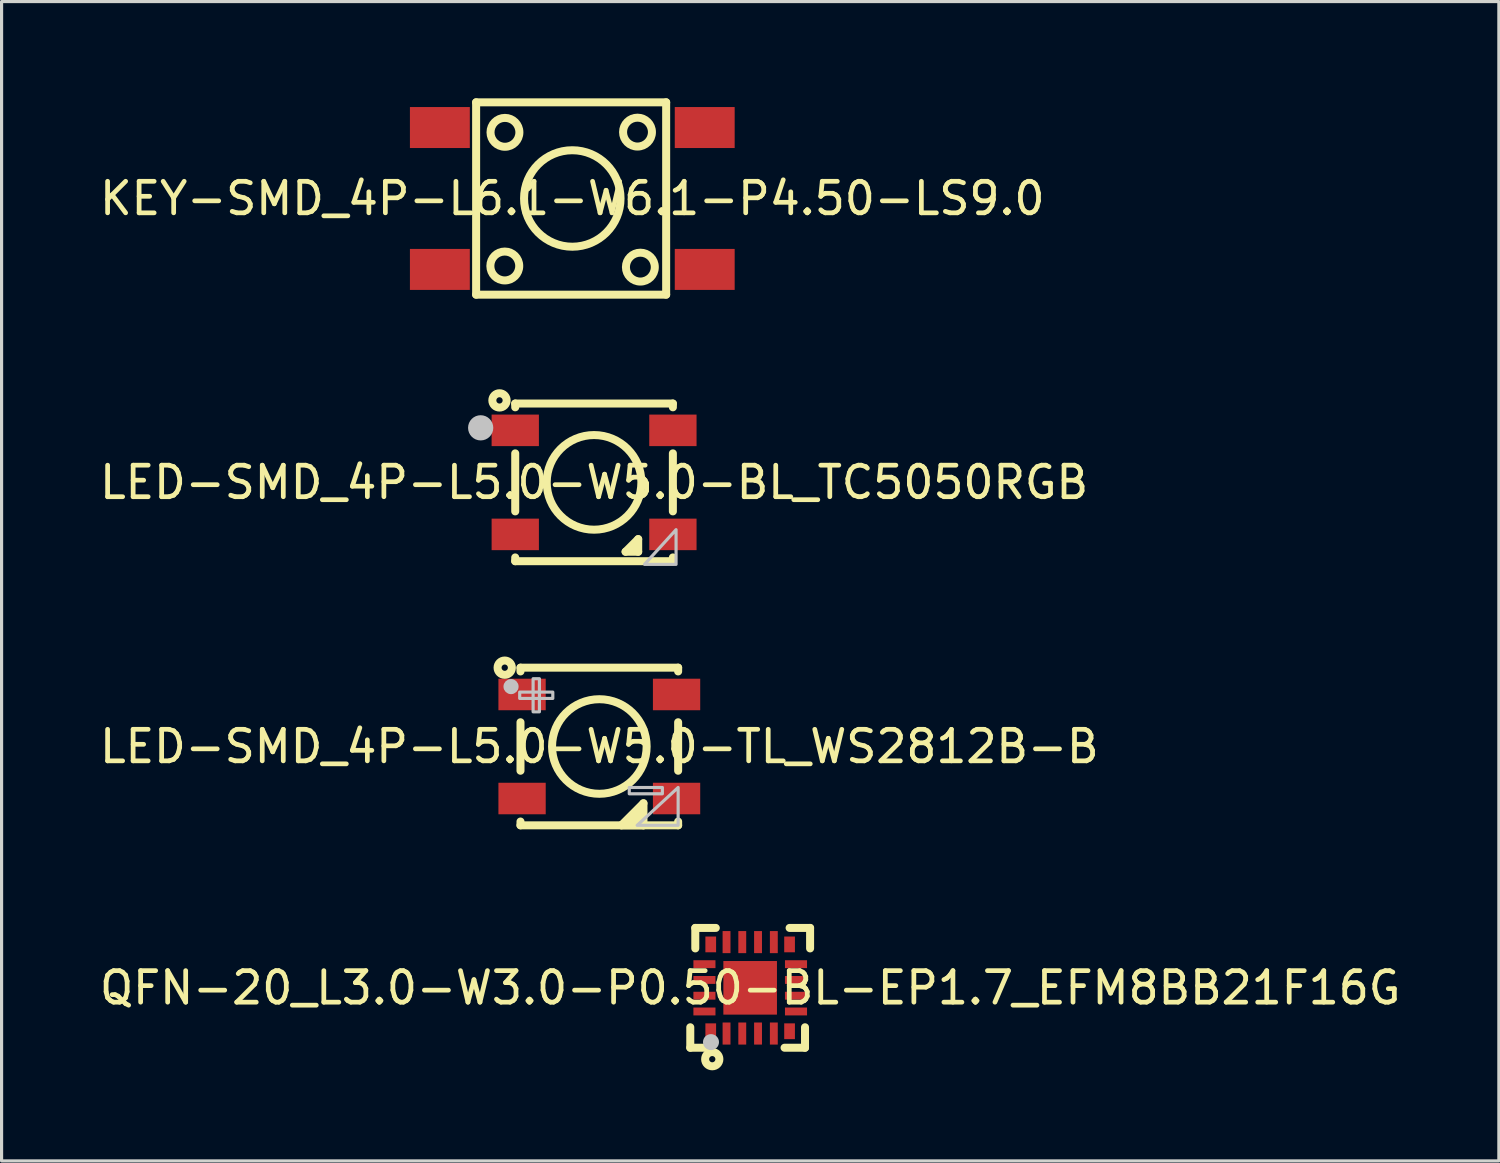
<source format=kicad_pcb>
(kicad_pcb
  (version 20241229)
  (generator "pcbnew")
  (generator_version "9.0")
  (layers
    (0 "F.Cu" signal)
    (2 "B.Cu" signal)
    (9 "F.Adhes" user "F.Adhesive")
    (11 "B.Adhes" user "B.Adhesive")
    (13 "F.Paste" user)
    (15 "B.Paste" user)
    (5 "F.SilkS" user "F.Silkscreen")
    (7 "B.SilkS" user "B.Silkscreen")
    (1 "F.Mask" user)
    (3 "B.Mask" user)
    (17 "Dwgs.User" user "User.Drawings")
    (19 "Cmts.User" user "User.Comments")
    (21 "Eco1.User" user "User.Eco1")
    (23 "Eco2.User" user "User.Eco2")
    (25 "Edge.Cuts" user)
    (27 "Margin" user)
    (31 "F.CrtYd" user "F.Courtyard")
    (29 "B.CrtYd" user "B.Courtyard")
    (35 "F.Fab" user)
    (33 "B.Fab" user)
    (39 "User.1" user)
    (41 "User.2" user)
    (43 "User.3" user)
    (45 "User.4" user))
  (footprint "LED-SMD_4P-L5.0-W5.0-BL_TC5050RGB"
    (layer "F.Cu")
    (at 15.792 12.249)
    (property "Reference" "LED-SMD_4P-L5.0-W5.0-BL_TC5050RGB" (at 0 0 0) (layer "F.SilkS") (effects (font (size 1 1) (thickness 0.15))))
    (fp_line (start -2.501 -2.5) (end -2.501 -2.381) (stroke (width 0.254) (type default)) (layer "F.SilkS"))
    (fp_line (start -2.501 -2.5) (end 2.499 -2.5) (stroke (width 0.254) (type default)) (layer "F.SilkS"))
    (fp_line (start -2.501 -0.92) (end -2.501 0.92) (stroke (width 0.254) (type default)) (layer "F.SilkS"))
    (fp_line (start -2.501 2.381) (end -2.501 2.5) (stroke (width 0.254) (type default)) (layer "F.SilkS"))
    (fp_line (start -2.501 2.5) (end 2.499 2.5) (stroke (width 0.254) (type default)) (layer "F.SilkS"))
    (fp_line (start 0.999 2.2) (end 1.399 1.8) (stroke (width 0.254) (type default)) (layer "F.SilkS"))
    (fp_line (start 1.399 1.8) (end 1.399 2.2) (stroke (width 0.254) (type default)) (layer "F.SilkS"))
    (fp_line (start 1.399 2.2) (end 0.999 2.2) (stroke (width 0.254) (type default)) (layer "F.SilkS"))
    (fp_line (start 2.499 -2.5) (end 2.499 -2.381) (stroke (width 0.254) (type default)) (layer "F.SilkS"))
    (fp_line (start 2.499 -0.92) (end 2.499 0.92) (stroke (width 0.254) (type default)) (layer "F.SilkS"))
    (fp_line (start 2.499 2.381) (end 2.499 2.5) (stroke (width 0.254) (type default)) (layer "F.SilkS"))
    (fp_circle (center -3 -2.6) (end -2.9 -2.6) (stroke (width 0.254) (type default)) (fill no) (layer "F.SilkS"))
    (fp_circle (center -0.001 0) (end 1.5 0) (stroke (width 0.254) (type default)) (fill no) (layer "F.SilkS"))
    (fp_circle (center -3.597 -1.73) (end -3.397 -1.73) (stroke (width 0.4) (type default)) (fill no) (layer "Dwgs.User"))
    (fp_poly (pts (xy 2.6 1.5) (xy 2.6 2.6) (xy 1.6 2.6)) (stroke (width 0.1) (type default)) (fill no) (layer "Dwgs.User"))
    (fp_poly (pts (xy -1.8 -1.2) (xy -2.7 -1.2) (xy -2.7 -2.1) (xy -1.8 -2.1)) (stroke (width 0.1) (type default)) (fill no) (layer "User.1"))
    (fp_poly (pts (xy -1.8 2.1) (xy -2.7 2.1) (xy -2.7 1.2) (xy -1.8 1.2)) (stroke (width 0.1) (type default)) (fill no) (layer "User.1"))
    (fp_poly (pts (xy 2.7 -1.2) (xy 1.8 -1.2) (xy 1.8 -2.1) (xy 2.7 -2.1)) (stroke (width 0.1) (type default)) (fill no) (layer "User.1"))
    (fp_poly (pts (xy 2.7 2.1) (xy 1.8 2.1) (xy 1.8 1.2) (xy 2.7 1.2)) (stroke (width 0.1) (type default)) (fill no) (layer "User.1"))
    (fp_line (start -2.5 -2.5) (end 2.5 -2.5) (stroke (width 0.051) (type default)) (layer "User.2"))
    (fp_line (start -2.5 2.5) (end -2.5 -2.5) (stroke (width 0.051) (type default)) (layer "User.2"))
    (fp_line (start 2.5 -2.5) (end 2.5 2.5) (stroke (width 0.051) (type default)) (layer "User.2"))
    (fp_line (start 2.5 2.5) (end -2.5 2.5) (stroke (width 0.051) (type default)) (layer "User.2"))
    (fp_poly (pts (xy -2.64 -2.5) (xy -2.658 -2.542) (xy -2.7 -2.56) (xy -2.742 -2.542) (xy -2.76 -2.5) (xy -2.742 -2.458) (xy -2.7 -2.44) (xy -2.658 -2.458)) (stroke (width 0.1) (type default)) (fill no) (layer "User.3"))
    (pad "1" smd rect (at -2.5 -1.65) (size 1.5 1) (layers "F.Cu" "F.Mask" "F.Paste"))
    (pad "2" smd rect (at -2.5 1.65) (size 1.5 1) (layers "F.Cu" "F.Mask" "F.Paste"))
    (pad "3" smd rect (at 2.5 1.65) (size 1.5 1) (layers "F.Cu" "F.Mask" "F.Paste"))
    (pad "4" smd rect (at 2.5 -1.65) (size 1.5 1) (layers "F.Cu" "F.Mask" "F.Paste")))
  (footprint "KEY-SMD_4P-L6.1-W6.1-P4.50-LS9.0"
    (layer "F.Cu")
    (at 15.101 3.245)
    (property "Reference" "KEY-SMD_4P-L6.1-W6.1-P4.50-LS9.0" (at 0 0 0) (layer "F.SilkS") (effects (font (size 1 1) (thickness 0.15))))
    (fp_line (start -3.05 -3.05) (end 2.977 -3.05) (stroke (width 0.254) (type default)) (layer "F.SilkS"))
    (fp_line (start -3.05 3.05) (end -3.05 -3.05) (stroke (width 0.254) (type default)) (layer "F.SilkS"))
    (fp_line (start 2.977 -3.05) (end 2.977 3.05) (stroke (width 0.254) (type default)) (layer "F.SilkS"))
    (fp_line (start 2.977 3.05) (end -3.05 3.05) (stroke (width 0.254) (type default)) (layer "F.SilkS"))
    (fp_circle (center -2.141 2.141) (end -1.683 2.141) (stroke (width 0.254) (type default)) (fill no) (layer "F.SilkS"))
    (fp_circle (center -2.136 -2.098) (end -1.678 -2.098) (stroke (width 0.254) (type default)) (fill no) (layer "F.SilkS"))
    (fp_circle (center 0 0) (end 1.53 0) (stroke (width 0.254) (type default)) (fill no) (layer "F.SilkS"))
    (fp_circle (center 2.068 -2.105) (end 2.526 -2.105) (stroke (width 0.254) (type default)) (fill no) (layer "F.SilkS"))
    (fp_circle (center 2.159 2.177) (end 2.617 2.177) (stroke (width 0.254) (type default)) (fill no) (layer "F.SilkS"))
    (fp_poly (pts (xy -4.5 -1.9) (xy -4.5 -2.6) (xy -3.7 -2.6) (xy -3.7 -1.9)) (stroke (width 0.1) (type default)) (fill no) (layer "User.1"))
    (fp_poly (pts (xy -4.5 2.6) (xy -4.5 1.9) (xy -3.7 1.9) (xy -3.7 2.6)) (stroke (width 0.1) (type default)) (fill no) (layer "User.1"))
    (fp_poly (pts (xy -3.71 -1.9) (xy -3.71 -2.6) (xy -2.99 -2.6) (xy -2.99 -1.9)) (stroke (width 0.1) (type default)) (fill no) (layer "User.1"))
    (fp_poly (pts (xy -3.71 2.6) (xy -3.71 1.9) (xy -2.99 1.9) (xy -2.99 2.6)) (stroke (width 0.1) (type default)) (fill no) (layer "User.1"))
    (fp_poly (pts (xy 2.99 -1.9) (xy 2.99 -2.6) (xy 3.71 -2.6) (xy 3.71 -1.9)) (stroke (width 0.1) (type default)) (fill no) (layer "User.1"))
    (fp_poly (pts (xy 2.99 2.6) (xy 2.99 1.9) (xy 3.71 1.9) (xy 3.71 2.6)) (stroke (width 0.1) (type default)) (fill no) (layer "User.1"))
    (fp_poly (pts (xy 3.7 -1.9) (xy 3.7 -2.6) (xy 4.5 -2.6) (xy 4.5 -1.9)) (stroke (width 0.1) (type default)) (fill no) (layer "User.1"))
    (fp_poly (pts (xy 3.7 2.6) (xy 3.7 1.9) (xy 4.5 1.9) (xy 4.5 2.6)) (stroke (width 0.1) (type default)) (fill no) (layer "User.1"))
    (fp_line (start -3.05 -3.05) (end 3.05 -3.05) (stroke (width 0.051) (type default)) (layer "User.2"))
    (fp_line (start -3.05 3.05) (end -3.05 -3.05) (stroke (width 0.051) (type default)) (layer "User.2"))
    (fp_line (start 3.05 -3.05) (end 3.05 3.05) (stroke (width 0.051) (type default)) (layer "User.2"))
    (fp_line (start 3.05 3.05) (end -3.05 3.05) (stroke (width 0.051) (type default)) (layer "User.2"))
    (fp_poly (pts (xy -4.3 -3) (xy -4.32 -3.087) (xy -4.375 -3.156) (xy -4.455 -3.195) (xy -4.545 -3.195) (xy -4.625 -3.156) (xy -4.68 -3.087) (xy -4.7 -3) (xy -4.68 -2.913) (xy -4.625 -2.844) (xy -4.545 -2.805) (xy -4.455 -2.805) (xy -4.375 -2.844) (xy -4.32 -2.913)) (stroke (width 0.1) (type default)) (fill no) (layer "User.3"))
    (pad "1" smd rect (at -4.2 -2.25) (size 1.9 1.3) (layers "F.Cu" "F.Mask" "F.Paste"))
    (pad "2" smd rect (at 4.2 -2.25) (size 1.9 1.3) (layers "F.Cu" "F.Mask" "F.Paste"))
    (pad "3" smd rect (at -4.2 2.25) (size 1.9 1.3) (layers "F.Cu" "F.Mask" "F.Paste"))
    (pad "4" smd rect (at 4.2 2.25) (size 1.9 1.3) (layers "F.Cu" "F.Mask" "F.Paste")))
  (footprint "QFN-20_L3.0-W3.0-P0.50-BL-EP1.7_EFM8BB21F16G"
    (layer "F.Cu")
    (at 20.744 28.28)
    (property "Reference" "QFN-20_L3.0-W3.0-P0.50-BL-EP1.7_EFM8BB21F16G" (at 0 0 0) (layer "F.SilkS") (effects (font (size 1 1) (thickness 0.15))))
    (fp_line (start -1.901 1.9) (end -1.901 1.251) (stroke (width 0.254) (type default)) (layer "F.SilkS"))
    (fp_line (start -1.901 1.9) (end -1.252 1.9) (stroke (width 0.254) (type default)) (layer "F.SilkS"))
    (fp_line (start -1.742 -1.9) (end -1.742 -1.25) (stroke (width 0.254) (type default)) (layer "F.SilkS"))
    (fp_line (start -1.742 -1.9) (end -1.092 -1.9) (stroke (width 0.254) (type default)) (layer "F.SilkS"))
    (fp_line (start 1.738 1.9) (end 1.089 1.9) (stroke (width 0.254) (type default)) (layer "F.SilkS"))
    (fp_line (start 1.738 1.9) (end 1.738 1.251) (stroke (width 0.254) (type default)) (layer "F.SilkS"))
    (fp_line (start 1.899 -1.9) (end 1.249 -1.9) (stroke (width 0.254) (type default)) (layer "F.SilkS"))
    (fp_line (start 1.899 -1.9) (end 1.899 -1.25) (stroke (width 0.254) (type default)) (layer "F.SilkS"))
    (fp_circle (center -1.204 2.263) (end -1.105 2.263) (stroke (width 0.254) (type default)) (fill no) (layer "F.SilkS"))
    (fp_circle (center -1.244 1.722) (end -1.117 1.722) (stroke (width 0.254) (type default)) (fill no) (layer "Dwgs.User"))
    (fp_poly (pts (xy -1.502 -0.875) (xy -1.101 -0.875) (xy -1.101 -0.625) (xy -1.502 -0.625)) (stroke (width 0.1) (type default)) (fill no) (layer "User.1"))
    (fp_poly (pts (xy -1.502 -0.375) (xy -1.101 -0.375) (xy -1.101 -0.125) (xy -1.502 -0.125)) (stroke (width 0.1) (type default)) (fill no) (layer "User.1"))
    (fp_poly (pts (xy -1.502 0.125) (xy -1.101 0.125) (xy -1.101 0.375) (xy -1.502 0.375)) (stroke (width 0.1) (type default)) (fill no) (layer "User.1"))
    (fp_poly (pts (xy -1.502 0.625) (xy -1.101 0.625) (xy -1.101 0.875) (xy -1.502 0.875)) (stroke (width 0.1) (type default)) (fill no) (layer "User.1"))
    (fp_poly (pts (xy -1.411 -1.449) (xy -1.091 -1.449) (xy -1.091 -1.129) (xy -1.411 -1.129)) (stroke (width 0.1) (type default)) (fill no) (layer "User.1"))
    (fp_poly (pts (xy -1.411 1.129) (xy -1.091 1.129) (xy -1.091 1.449) (xy -1.411 1.449)) (stroke (width 0.1) (type default)) (fill no) (layer "User.1"))
    (fp_poly (pts (xy -0.876 -1.5) (xy -0.626 -1.5) (xy -0.626 -1.1) (xy -0.876 -1.1)) (stroke (width 0.1) (type default)) (fill no) (layer "User.1"))
    (fp_poly (pts (xy -0.876 1.1) (xy -0.626 1.1) (xy -0.626 1.5) (xy -0.876 1.5)) (stroke (width 0.1) (type default)) (fill no) (layer "User.1"))
    (fp_poly (pts (xy -0.852 -0.85) (xy 0.849 -0.85) (xy 0.849 0.85) (xy -0.852 0.85)) (stroke (width 0.1) (type default)) (fill no) (layer "User.1"))
    (fp_poly (pts (xy -0.377 -1.5) (xy -0.127 -1.5) (xy -0.127 -1.1) (xy -0.377 -1.1)) (stroke (width 0.1) (type default)) (fill no) (layer "User.1"))
    (fp_poly (pts (xy -0.377 1.1) (xy -0.127 1.1) (xy -0.127 1.5) (xy -0.377 1.5)) (stroke (width 0.1) (type default)) (fill no) (layer "User.1"))
    (fp_poly (pts (xy 0.123 -1.5) (xy 0.373 -1.5) (xy 0.373 -1.1) (xy 0.123 -1.1)) (stroke (width 0.1) (type default)) (fill no) (layer "User.1"))
    (fp_poly (pts (xy 0.123 1.1) (xy 0.373 1.1) (xy 0.373 1.5) (xy 0.123 1.5)) (stroke (width 0.1) (type default)) (fill no) (layer "User.1"))
    (fp_poly (pts (xy 0.624 -1.5) (xy 0.874 -1.5) (xy 0.874 -1.1) (xy 0.624 -1.1)) (stroke (width 0.1) (type default)) (fill no) (layer "User.1"))
    (fp_poly (pts (xy 0.624 1.1) (xy 0.874 1.1) (xy 0.874 1.5) (xy 0.624 1.5)) (stroke (width 0.1) (type default)) (fill no) (layer "User.1"))
    (fp_poly (pts (xy 1.089 -1.449) (xy 1.409 -1.449) (xy 1.409 -1.129) (xy 1.089 -1.129)) (stroke (width 0.1) (type default)) (fill no) (layer "User.1"))
    (fp_poly (pts (xy 1.089 1.129) (xy 1.409 1.129) (xy 1.409 1.449) (xy 1.089 1.449)) (stroke (width 0.1) (type default)) (fill no) (layer "User.1"))
    (fp_poly (pts (xy 1.099 -0.875) (xy 1.498 -0.875) (xy 1.498 -0.625) (xy 1.099 -0.625)) (stroke (width 0.1) (type default)) (fill no) (layer "User.1"))
    (fp_poly (pts (xy 1.099 -0.375) (xy 1.498 -0.375) (xy 1.498 -0.125) (xy 1.099 -0.125)) (stroke (width 0.1) (type default)) (fill no) (layer "User.1"))
    (fp_poly (pts (xy 1.099 0.125) (xy 1.498 0.125) (xy 1.498 0.375) (xy 1.099 0.375)) (stroke (width 0.1) (type default)) (fill no) (layer "User.1"))
    (fp_poly (pts (xy 1.099 0.625) (xy 1.498 0.625) (xy 1.498 0.875) (xy 1.099 0.875)) (stroke (width 0.1) (type default)) (fill no) (layer "User.1"))
    (fp_line (start -1.502 -1.5) (end 1.498 -1.5) (stroke (width 0.051) (type default)) (layer "User.2"))
    (fp_line (start -1.502 1.5) (end -1.502 -1.5) (stroke (width 0.051) (type default)) (layer "User.2"))
    (fp_line (start 1.498 -1.5) (end 1.498 1.5) (stroke (width 0.051) (type default)) (layer "User.2"))
    (fp_line (start 1.498 1.5) (end -1.502 1.5) (stroke (width 0.051) (type default)) (layer "User.2"))
    (fp_poly (pts (xy -1.442 1.5) (xy -1.459 1.458) (xy -1.502 1.44) (xy -1.544 1.458) (xy -1.562 1.5) (xy -1.544 1.542) (xy -1.502 1.56) (xy -1.459 1.542)) (stroke (width 0.1) (type default)) (fill no) (layer "User.3"))
    (pad "1" smd rect (at -1.252 1.377) (size 0.34 0.5) (layers "F.Cu" "F.Mask" "F.Paste"))
    (pad "2" smd rect (at -0.751 1.45) (size 0.25 0.7) (layers "F.Cu" "F.Mask" "F.Paste"))
    (pad "3" smd rect (at -0.252 1.45) (size 0.25 0.7) (layers "F.Cu" "F.Mask" "F.Paste"))
    (pad "4" smd rect (at 0.248 1.45) (size 0.25 0.7) (layers "F.Cu" "F.Mask" "F.Paste"))
    (pad "5" smd rect (at 0.749 1.45) (size 0.25 0.7) (layers "F.Cu" "F.Mask" "F.Paste"))
    (pad "6" smd rect (at 1.248 1.377) (size 0.34 0.5) (layers "F.Cu" "F.Mask" "F.Paste"))
    (pad "7" smd rect (at 1.452 0.75) (size 0.7 0.25) (layers "F.Cu" "F.Mask" "F.Paste"))
    (pad "8" smd rect (at 1.452 0.25) (size 0.7 0.25) (layers "F.Cu" "F.Mask" "F.Paste"))
    (pad "9" smd rect (at 1.452 -0.25) (size 0.7 0.25) (layers "F.Cu" "F.Mask" "F.Paste"))
    (pad "10" smd rect (at 1.452 -0.75) (size 0.7 0.25) (layers "F.Cu" "F.Mask" "F.Paste"))
    (pad "11" smd rect (at 1.248 -1.377) (size 0.34 0.5) (layers "F.Cu" "F.Mask" "F.Paste"))
    (pad "12" smd rect (at 0.749 -1.45) (size 0.25 0.7) (layers "F.Cu" "F.Mask" "F.Paste"))
    (pad "13" smd rect (at 0.248 -1.45) (size 0.25 0.7) (layers "F.Cu" "F.Mask" "F.Paste"))
    (pad "14" smd rect (at -0.252 -1.45) (size 0.25 0.7) (layers "F.Cu" "F.Mask" "F.Paste"))
    (pad "15" smd rect (at -0.751 -1.45) (size 0.25 0.7) (layers "F.Cu" "F.Mask" "F.Paste"))
    (pad "16" smd rect (at -1.252 -1.377) (size 0.34 0.5) (layers "F.Cu" "F.Mask" "F.Paste"))
    (pad "17" smd rect (at -1.452 -0.75) (size 0.7 0.25) (layers "F.Cu" "F.Mask" "F.Paste"))
    (pad "18" smd rect (at -1.452 -0.25) (size 0.7 0.25) (layers "F.Cu" "F.Mask" "F.Paste"))
    (pad "19" smd rect (at -1.452 0.25) (size 0.7 0.25) (layers "F.Cu" "F.Mask" "F.Paste"))
    (pad "20" smd rect (at -1.452 0.75) (size 0.7 0.25) (layers "F.Cu" "F.Mask" "F.Paste"))
    (pad "21" smd rect (at -0.002 0) (size 1.7 1.7) (layers "F.Cu" "F.Mask" "F.Paste")))
  (footprint "LED-SMD_4P-L5.0-W5.0-TL_WS2812B-B"
    (layer "F.Cu")
    (at 15.958 20.626)
    (property "Reference" "LED-SMD_4P-L5.0-W5.0-TL_WS2812B-B" (at 0 0 0) (layer "F.SilkS") (effects (font (size 1 1) (thickness 0.15))))
    (fp_line (start -2.5 -2.5) (end 2.5 -2.5) (stroke (width 0.254) (type default)) (layer "F.SilkS"))
    (fp_line (start -2.5 -2.381) (end -2.5 -2.5) (stroke (width 0.254) (type default)) (layer "F.SilkS"))
    (fp_line (start -2.5 0.769) (end -2.5 -0.769) (stroke (width 0.254) (type default)) (layer "F.SilkS"))
    (fp_line (start -2.5 2.5) (end -2.5 2.38) (stroke (width 0.254) (type default)) (layer "F.SilkS"))
    (fp_line (start 0.7 2.5) (end 1.4 1.8) (stroke (width 0.254) (type default)) (layer "F.SilkS"))
    (fp_line (start 1.4 1.8) (end 1.4 2.5) (stroke (width 0.254) (type default)) (layer "F.SilkS"))
    (fp_line (start 1.4 2.5) (end 0.7 2.5) (stroke (width 0.254) (type default)) (layer "F.SilkS"))
    (fp_line (start 2.5 -2.5) (end 2.5 -2.381) (stroke (width 0.254) (type default)) (layer "F.SilkS"))
    (fp_line (start 2.5 -0.769) (end 2.5 0.769) (stroke (width 0.254) (type default)) (layer "F.SilkS"))
    (fp_line (start 2.5 2.38) (end 2.5 2.5) (stroke (width 0.254) (type default)) (layer "F.SilkS"))
    (fp_line (start 2.5 2.5) (end -2.5 2.5) (stroke (width 0.254) (type default)) (layer "F.SilkS"))
    (fp_circle (center -3 -2.5) (end -2.9 -2.5) (stroke (width 0.254) (type default)) (fill no) (layer "F.SilkS"))
    (fp_circle (center 0.001 0) (end 1.501 0) (stroke (width 0.254) (type default)) (fill no) (layer "F.SilkS"))
    (fp_poly (pts (xy 1.4 1.8) (xy 1.4 2.4) (xy 1.3 2.5) (xy 0.7 2.5)) (stroke (width 0) (type default)) (fill yes) (layer "F.SilkS"))
    (fp_circle (center -2.8 -1.9) (end -2.68 -1.9) (stroke (width 0.24) (type default)) (fill no) (layer "Dwgs.User"))
    (fp_poly (pts (xy 2.5 1.3) (xy 2.5 2.5) (xy 1.2 2.5)) (stroke (width 0.1) (type default)) (fill no) (layer "Dwgs.User"))
    (fp_poly (pts (xy -2.525 -1.725) (xy -1.475 -1.725) (xy -1.475 -1.525) (xy -2.525 -1.525)) (stroke (width 0.1) (type default)) (fill no) (layer "Dwgs.User"))
    (fp_poly (pts (xy -2.1 -1.1) (xy -2.1 -2.15) (xy -1.9 -2.15) (xy -1.9 -1.1)) (stroke (width 0.1) (type default)) (fill no) (layer "Dwgs.User"))
    (fp_poly (pts (xy 2 1.5) (xy 0.95 1.5) (xy 0.95 1.3) (xy 2 1.3)) (stroke (width 0.1) (type default)) (fill no) (layer "Dwgs.User"))
    (fp_poly (pts (xy -2.704 -2.1) (xy -1.704 -2.1) (xy -1.704 -1.2) (xy -2.704 -1.2)) (stroke (width 0.1) (type default)) (fill no) (layer "User.1"))
    (fp_poly (pts (xy -2.704 1.2) (xy -1.704 1.2) (xy -1.704 2.1) (xy -2.704 2.1)) (stroke (width 0.1) (type default)) (fill no) (layer "User.1"))
    (fp_poly (pts (xy 2.704 -1.2) (xy 1.704 -1.2) (xy 1.704 -2.1) (xy 2.704 -2.1)) (stroke (width 0.1) (type default)) (fill no) (layer "User.1"))
    (fp_poly (pts (xy 2.704 2.1) (xy 1.704 2.1) (xy 1.704 1.2) (xy 2.704 1.2)) (stroke (width 0.1) (type default)) (fill no) (layer "User.1"))
    (fp_line (start -2.5 -2.5) (end 2.5 -2.5) (stroke (width 0.051) (type default)) (layer "User.2"))
    (fp_line (start -2.5 2.5) (end -2.5 -2.5) (stroke (width 0.051) (type default)) (layer "User.2"))
    (fp_line (start 2.5 -2.5) (end 2.5 2.5) (stroke (width 0.051) (type default)) (layer "User.2"))
    (fp_line (start 2.5 2.5) (end -2.5 2.5) (stroke (width 0.051) (type default)) (layer "User.2"))
    (fp_poly (pts (xy -2.643 -2.5) (xy -2.661 -2.542) (xy -2.704 -2.56) (xy -2.746 -2.542) (xy -2.764 -2.5) (xy -2.746 -2.458) (xy -2.704 -2.44) (xy -2.661 -2.458)) (stroke (width 0.1) (type default)) (fill no) (layer "User.3"))
    (pad "1" smd rect (at -2.45 -1.65 180) (size 1.5 1) (layers "F.Cu" "F.Mask" "F.Paste"))
    (pad "2" smd rect (at -2.45 1.65 180) (size 1.5 1) (layers "F.Cu" "F.Mask" "F.Paste"))
    (pad "3" smd rect (at 2.45 1.65 180) (size 1.5 1) (layers "F.Cu" "F.Mask" "F.Paste"))
    (pad "4" smd rect (at 2.45 -1.65 180) (size 1.5 1) (layers "F.Cu" "F.Mask" "F.Paste")))
  (gr_rect
    (start -3 -3)
    (end 44.488 33.77)
    (stroke (width 0.1) (type default))
    (fill no)
    (layer "Edge.Cuts")))
</source>
